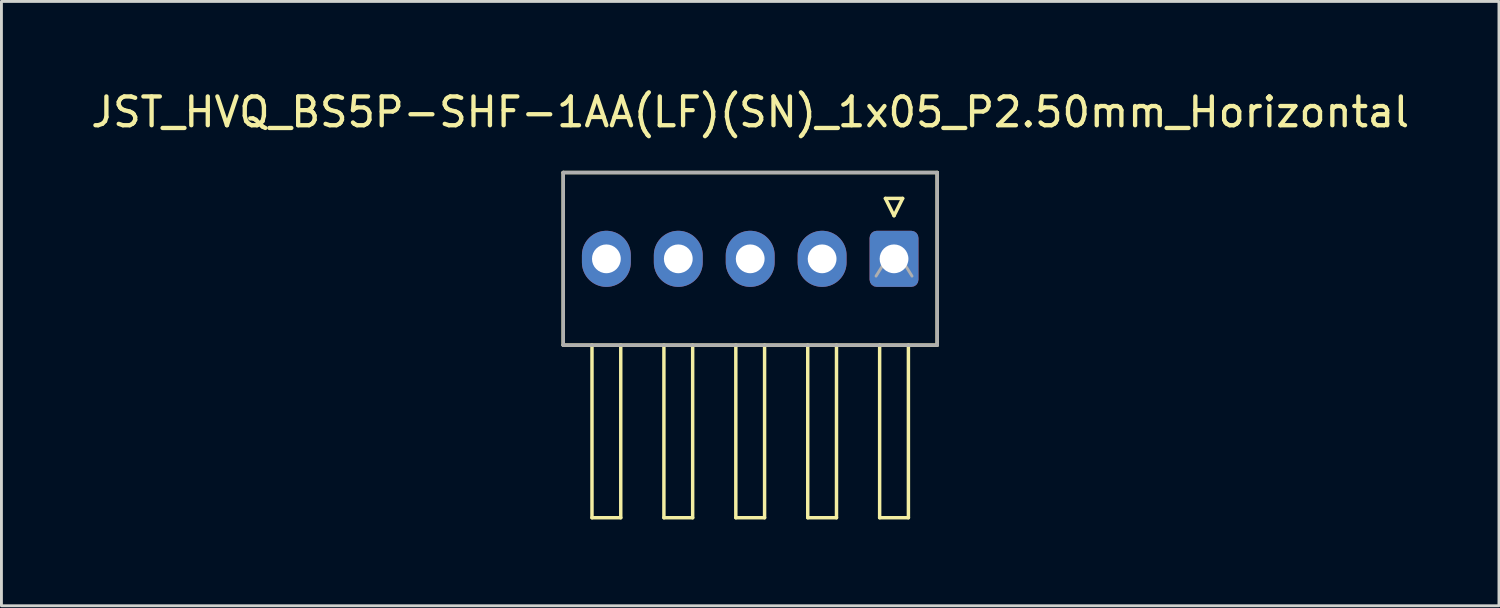
<source format=kicad_pcb>
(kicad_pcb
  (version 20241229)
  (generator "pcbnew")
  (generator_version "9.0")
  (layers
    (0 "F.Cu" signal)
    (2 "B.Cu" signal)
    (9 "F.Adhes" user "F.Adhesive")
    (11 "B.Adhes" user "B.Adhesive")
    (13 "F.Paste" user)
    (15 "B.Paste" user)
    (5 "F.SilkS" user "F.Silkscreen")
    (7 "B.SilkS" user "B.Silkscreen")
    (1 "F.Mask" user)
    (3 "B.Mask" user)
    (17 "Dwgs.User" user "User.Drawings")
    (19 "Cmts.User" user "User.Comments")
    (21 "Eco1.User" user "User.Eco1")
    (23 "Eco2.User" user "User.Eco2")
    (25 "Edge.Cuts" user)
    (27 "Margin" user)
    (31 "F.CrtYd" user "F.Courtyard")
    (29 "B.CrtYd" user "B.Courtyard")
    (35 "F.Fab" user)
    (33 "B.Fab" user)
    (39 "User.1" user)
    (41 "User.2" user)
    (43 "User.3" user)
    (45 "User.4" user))
  (footprint "JST_HVQ_BS5P-SHF-1AA(LF)(SN)_1x05_P2.50mm_Horizontal"
    (layer "F.Cu")
    (at 18.03 5.948)
    (property "Reference" "JST_HVQ_BS5P-SHF-1AA(LF)(SN)_1x05_P2.50mm_Horizontal" (at 5 -5.1 0) (layer "F.SilkS") (effects (font (size 1 1) (thickness 0.15))))
    (attr through_hole)
    (fp_line (start -1.5 -3) (end 11.5 -3) (stroke (width 0.12) (type solid)) (layer "F.SilkS"))
    (fp_line (start -1.5 3) (end -1.5 -3) (stroke (width 0.12) (type solid)) (layer "F.SilkS"))
    (fp_line (start -0.5 9) (end -0.5 3) (stroke (width 0.12) (type solid)) (layer "F.SilkS"))
    (fp_line (start 0.5 9) (end -0.5 9) (stroke (width 0.12) (type solid)) (layer "F.SilkS"))
    (fp_line (start 0.5 9) (end 0.5 3) (stroke (width 0.12) (type solid)) (layer "F.SilkS"))
    (fp_line (start 2 9) (end 2 3) (stroke (width 0.12) (type solid)) (layer "F.SilkS"))
    (fp_line (start 3 9) (end 2 9) (stroke (width 0.12) (type solid)) (layer "F.SilkS"))
    (fp_line (start 3 9) (end 3 3) (stroke (width 0.12) (type solid)) (layer "F.SilkS"))
    (fp_line (start 4.5 9) (end 4.5 3) (stroke (width 0.12) (type solid)) (layer "F.SilkS"))
    (fp_line (start 5.5 9) (end 4.5 9) (stroke (width 0.12) (type solid)) (layer "F.SilkS"))
    (fp_line (start 5.5 9) (end 5.5 3) (stroke (width 0.12) (type solid)) (layer "F.SilkS"))
    (fp_line (start 7 9) (end 7 3) (stroke (width 0.12) (type solid)) (layer "F.SilkS"))
    (fp_line (start 8 9) (end 7 9) (stroke (width 0.12) (type solid)) (layer "F.SilkS"))
    (fp_line (start 8 9) (end 8 3) (stroke (width 0.12) (type solid)) (layer "F.SilkS"))
    (fp_line (start 9.5 9) (end 9.5 3) (stroke (width 0.12) (type solid)) (layer "F.SilkS"))
    (fp_line (start 9.7 -2.1) (end 10.3 -2.1) (stroke (width 0.12) (type solid)) (layer "F.SilkS"))
    (fp_line (start 10 -1.5) (end 9.7 -2.1) (stroke (width 0.12) (type solid)) (layer "F.SilkS"))
    (fp_line (start 10.3 -2.1) (end 10 -1.5) (stroke (width 0.12) (type solid)) (layer "F.SilkS"))
    (fp_line (start 10.5 9) (end 9.5 9) (stroke (width 0.12) (type solid)) (layer "F.SilkS"))
    (fp_line (start 10.5 9) (end 10.5 3) (stroke (width 0.12) (type solid)) (layer "F.SilkS"))
    (fp_line (start 11.5 -3) (end 11.5 3) (stroke (width 0.12) (type solid)) (layer "F.SilkS"))
    (fp_line (start 11.5 3) (end -1.5 3) (stroke (width 0.12) (type solid)) (layer "F.SilkS"))
    (fp_line (start -1.5 -3) (end 11.5 -3) (stroke (width 0.12) (type solid)) (layer "F.Fab"))
    (fp_line (start -1.5 3) (end -1.5 -3) (stroke (width 0.12) (type solid)) (layer "F.Fab"))
    (fp_line (start 9.375 0.6) (end 10 -0.4) (stroke (width 0.1) (type solid)) (layer "F.Fab"))
    (fp_line (start 10 -0.4) (end 10.625 0.6) (stroke (width 0.1) (type solid)) (layer "F.Fab"))
    (fp_line (start 11.5 -3) (end 11.5 3) (stroke (width 0.12) (type solid)) (layer "F.Fab"))
    (fp_line (start 11.5 3) (end -1.5 3) (stroke (width 0.12) (type solid)) (layer "F.Fab"))
    (pad "1" thru_hole roundrect (at 10 0) (size 1.7 1.95) (drill 1) (layers "*.Cu" "*.Mask") (roundrect_rratio 0.147))
    (pad "2" thru_hole oval (at 7.5 0) (size 1.7 1.95) (drill 1) (layers "*.Cu" "*.Mask"))
    (pad "3" thru_hole oval (at 5 0) (size 1.7 1.95) (drill 1) (layers "*.Cu" "*.Mask"))
    (pad "4" thru_hole oval (at 2.5 0) (size 1.7 1.95) (drill 1) (layers "*.Cu" "*.Mask"))
    (pad "5" thru_hole oval (at 0 0) (size 1.7 1.95) (drill 1) (layers "*.Cu" "*.Mask")))
  (gr_rect
    (start -3 -3)
    (end 49.06 18.008)
    (stroke (width 0.1) (type default))
    (fill no)
    (layer "Edge.Cuts")))
</source>
